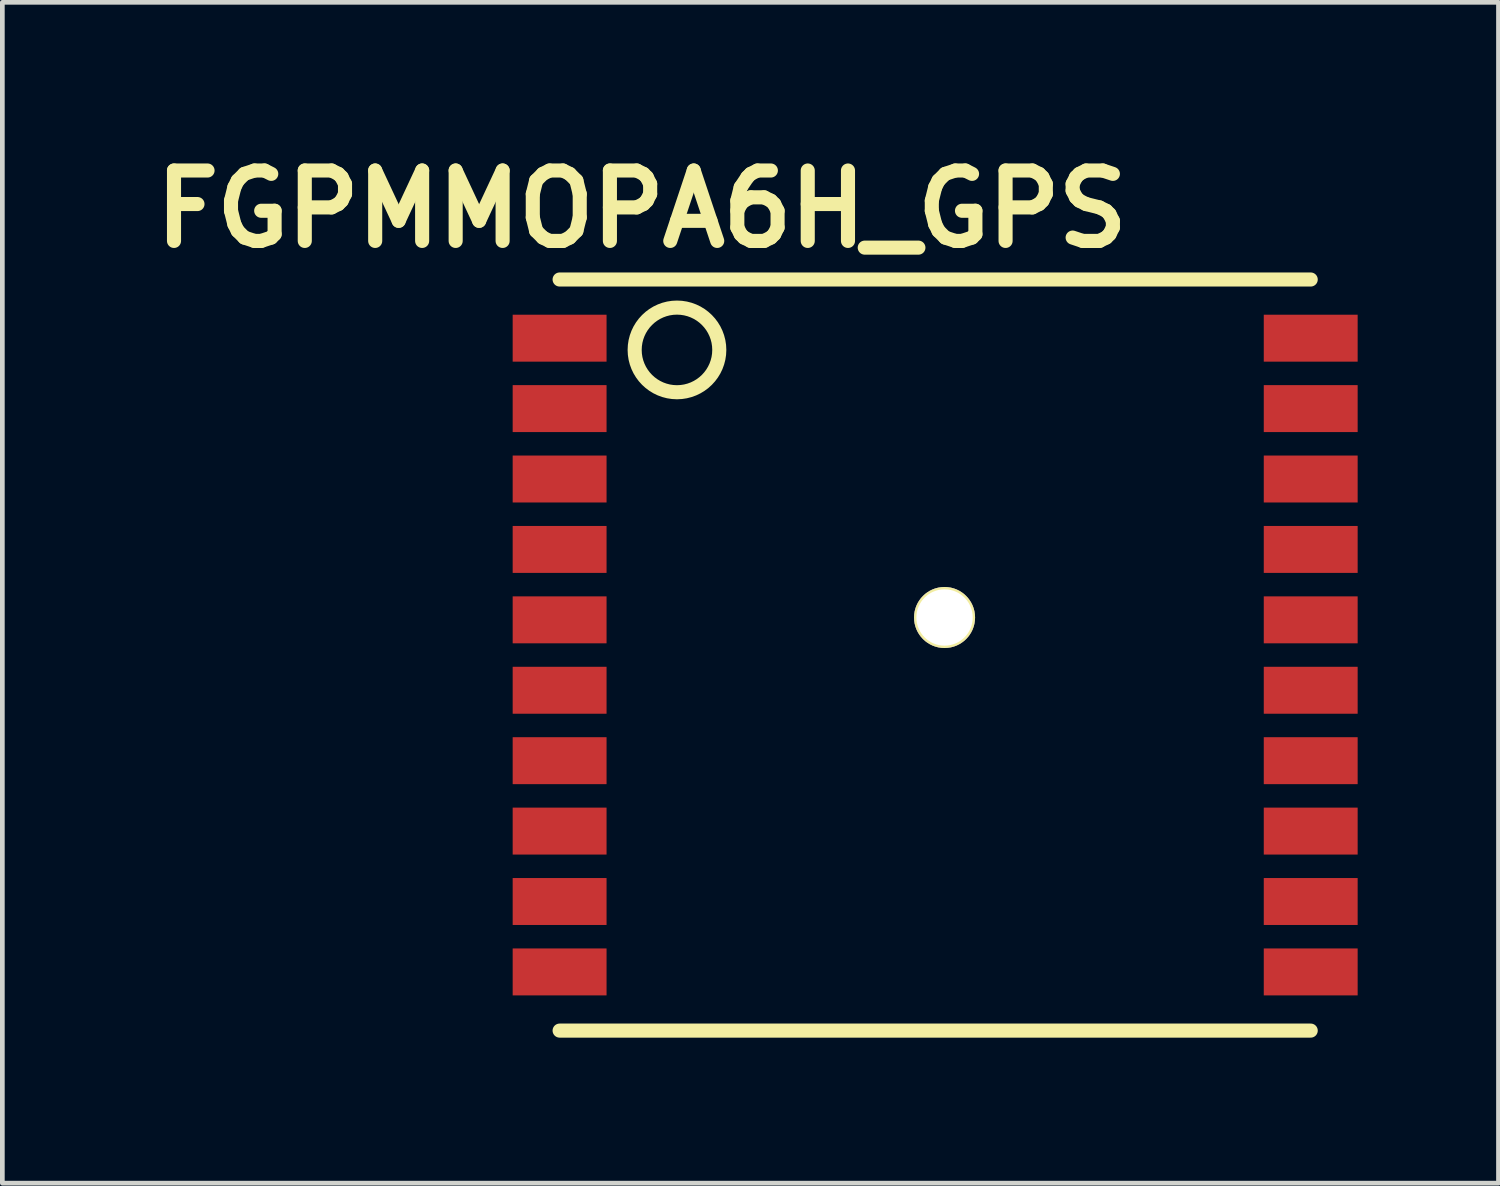
<source format=kicad_pcb>
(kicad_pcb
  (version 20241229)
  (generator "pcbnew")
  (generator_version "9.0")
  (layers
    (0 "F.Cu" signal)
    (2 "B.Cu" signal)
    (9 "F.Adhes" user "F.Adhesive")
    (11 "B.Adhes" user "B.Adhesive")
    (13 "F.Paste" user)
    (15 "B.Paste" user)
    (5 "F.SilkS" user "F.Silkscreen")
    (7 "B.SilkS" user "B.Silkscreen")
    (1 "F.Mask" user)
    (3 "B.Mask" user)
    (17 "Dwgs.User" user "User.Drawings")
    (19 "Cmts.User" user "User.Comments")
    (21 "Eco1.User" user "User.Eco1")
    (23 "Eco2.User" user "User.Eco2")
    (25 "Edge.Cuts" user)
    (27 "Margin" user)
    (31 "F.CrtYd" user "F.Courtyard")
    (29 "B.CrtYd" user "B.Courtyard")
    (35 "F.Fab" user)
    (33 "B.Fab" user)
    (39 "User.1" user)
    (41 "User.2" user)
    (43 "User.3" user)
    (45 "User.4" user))
  (footprint "FGPMMOPA6H_GPS"
    (layer "F.Cu")
    (at 8.871 18.904)
    (property "Reference" "FGPMMOPA6H_GPS" (at 1.75 -17.5 0) (layer "F.SilkS") (effects (font (size 1.5 1.5) (thickness 0.3))))
    (attr through_hole)
    (fp_line (start 0 -16) (end 16 -16) (stroke (width 0.3) (type solid)) (layer "F.SilkS"))
    (fp_line (start 0 0) (end 16 0) (stroke (width 0.3) (type solid)) (layer "F.SilkS"))
    (fp_circle (center 2.5 -14.5) (end 3.25 -14) (stroke (width 0.3) (type solid)) (fill no) (layer "F.SilkS"))
    (pad "1" smd rect (at 0 -14.75) (size 2 1) (layers "F.Cu" "F.Mask" "F.Paste"))
    (pad "2" smd rect (at 0 -13.25) (size 2 1) (layers "F.Cu" "F.Mask" "F.Paste"))
    (pad "3" smd rect (at 0 -11.75) (size 2 1) (layers "F.Cu" "F.Mask" "F.Paste"))
    (pad "4" smd rect (at 0 -10.25) (size 2 1) (layers "F.Cu" "F.Mask" "F.Paste"))
    (pad "5" smd rect (at 0 -8.75) (size 2 1) (layers "F.Cu" "F.Mask" "F.Paste"))
    (pad "6" smd rect (at 0 -7.25) (size 2 1) (layers "F.Cu" "F.Mask" "F.Paste"))
    (pad "7" smd rect (at 0 -5.75) (size 2 1) (layers "F.Cu" "F.Mask" "F.Paste"))
    (pad "8" smd rect (at 0 -4.25) (size 2 1) (layers "F.Cu" "F.Mask" "F.Paste"))
    (pad "9" smd rect (at 0 -2.75) (size 2 1) (layers "F.Cu" "F.Mask" "F.Paste"))
    (pad "10" smd rect (at 0 -1.25) (size 2 1) (layers "F.Cu" "F.Mask" "F.Paste"))
    (pad "11" smd rect (at 16 -1.25) (size 2 1) (layers "F.Cu" "F.Mask" "F.Paste"))
    (pad "12" smd rect (at 16 -2.75) (size 2 1) (layers "F.Cu" "F.Mask" "F.Paste"))
    (pad "13" smd rect (at 16 -4.25) (size 2 1) (layers "F.Cu" "F.Mask" "F.Paste"))
    (pad "14" smd rect (at 16 -5.75) (size 2 1) (layers "F.Cu" "F.Mask" "F.Paste"))
    (pad "15" smd rect (at 16 -7.25) (size 2 1) (layers "F.Cu" "F.Mask" "F.Paste"))
    (pad "16" smd rect (at 16 -8.75) (size 2 1) (layers "F.Cu" "F.Mask" "F.Paste"))
    (pad "17" smd rect (at 16 -10.25) (size 2 1) (layers "F.Cu" "F.Mask" "F.Paste"))
    (pad "18" smd rect (at 16 -11.75) (size 2 1) (layers "F.Cu" "F.Mask" "F.Paste"))
    (pad "19" smd rect (at 16 -13.25) (size 2 1) (layers "F.Cu" "F.Mask" "F.Paste"))
    (pad "20" smd rect (at 16 -14.75) (size 2 1) (layers "F.Cu" "F.Mask" "F.Paste"))
    (pad "21" thru_hole circle (at 8.2 -8.8) (size 1.3 1.3) (drill 1.2) (layers "*.Cu" "*.Mask" "F.SilkS")))
  (gr_rect
    (start -3 -3)
    (end 28.871 22.154)
    (stroke (width 0.1) (type default))
    (fill no)
    (layer "Edge.Cuts")))
</source>
